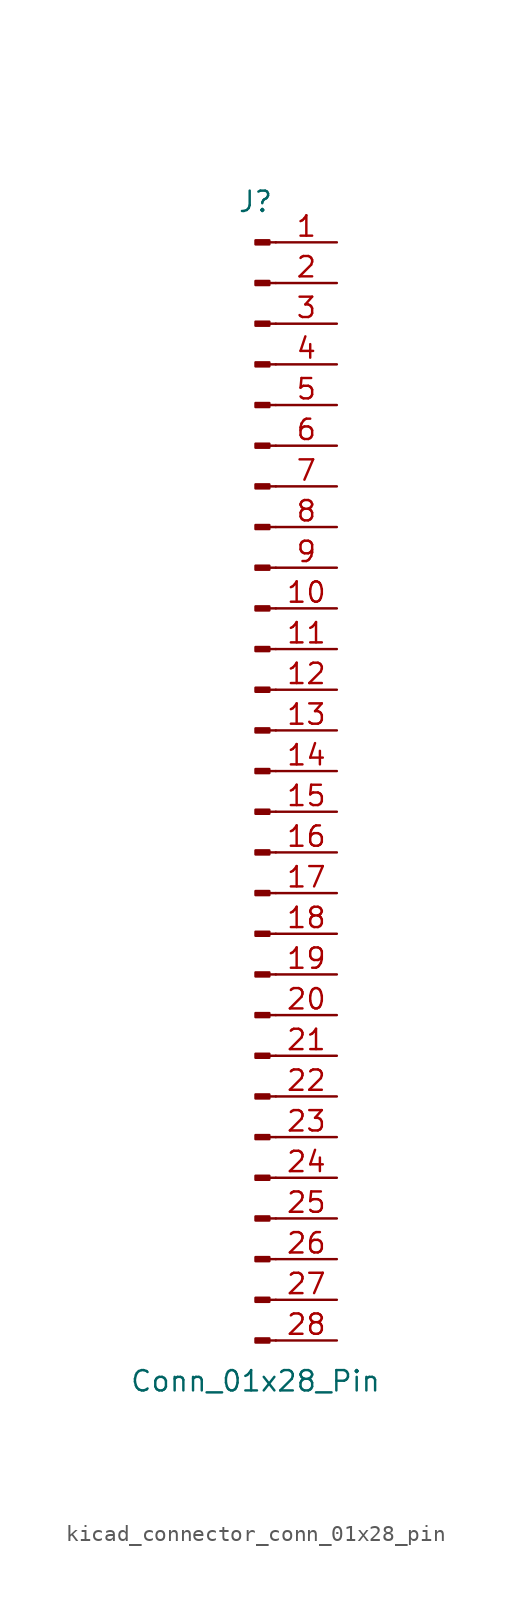
<source format=kicad_sym>
(kicad_symbol_lib
  (version 20220914)
  (generator kicad_symbol_editor)
  (symbol "kicad_connector_conn_01x28_pin"
    (pin_names
      (offset 1.016) hide)
    (property "Reference" "J"
      (at 0 35.56 0)
      (effects (font (size 1.27 1.27))))
    (property "Value" "Conn_01x28_Pin"
      (at 0 -38.1 0)
      (effects (font (size 1.27 1.27))))
    (property "ki_locked" ""
      (at 0 0 0)
      (effects (font (size 1.27 1.27))))
    (symbol "kicad_connector_conn_01x28_pin_1_1"
      (polyline (pts (xy 1.27 -35.56) (xy 0.864 -35.56)) (stroke (width 0.152) (type default)) (fill (type none)))
      (polyline (pts (xy 1.27 -33.02) (xy 0.864 -33.02)) (stroke (width 0.152) (type default)) (fill (type none)))
      (polyline (pts (xy 1.27 -30.48) (xy 0.864 -30.48)) (stroke (width 0.152) (type default)) (fill (type none)))
      (polyline (pts (xy 1.27 -27.94) (xy 0.864 -27.94)) (stroke (width 0.152) (type default)) (fill (type none)))
      (polyline (pts (xy 1.27 -25.4) (xy 0.864 -25.4)) (stroke (width 0.152) (type default)) (fill (type none)))
      (polyline (pts (xy 1.27 -22.86) (xy 0.864 -22.86)) (stroke (width 0.152) (type default)) (fill (type none)))
      (polyline (pts (xy 1.27 -20.32) (xy 0.864 -20.32)) (stroke (width 0.152) (type default)) (fill (type none)))
      (polyline (pts (xy 1.27 -17.78) (xy 0.864 -17.78)) (stroke (width 0.152) (type default)) (fill (type none)))
      (polyline (pts (xy 1.27 -15.24) (xy 0.864 -15.24)) (stroke (width 0.152) (type default)) (fill (type none)))
      (polyline (pts (xy 1.27 -12.7) (xy 0.864 -12.7)) (stroke (width 0.152) (type default)) (fill (type none)))
      (polyline (pts (xy 1.27 -10.16) (xy 0.864 -10.16)) (stroke (width 0.152) (type default)) (fill (type none)))
      (polyline (pts (xy 1.27 -7.62) (xy 0.864 -7.62)) (stroke (width 0.152) (type default)) (fill (type none)))
      (polyline (pts (xy 1.27 -5.08) (xy 0.864 -5.08)) (stroke (width 0.152) (type default)) (fill (type none)))
      (polyline (pts (xy 1.27 -2.54) (xy 0.864 -2.54)) (stroke (width 0.152) (type default)) (fill (type none)))
      (polyline (pts (xy 1.27 0) (xy 0.864 0)) (stroke (width 0.152) (type default)) (fill (type none)))
      (polyline (pts (xy 1.27 2.54) (xy 0.864 2.54)) (stroke (width 0.152) (type default)) (fill (type none)))
      (polyline (pts (xy 1.27 5.08) (xy 0.864 5.08)) (stroke (width 0.152) (type default)) (fill (type none)))
      (polyline (pts (xy 1.27 7.62) (xy 0.864 7.62)) (stroke (width 0.152) (type default)) (fill (type none)))
      (polyline (pts (xy 1.27 10.16) (xy 0.864 10.16)) (stroke (width 0.152) (type default)) (fill (type none)))
      (polyline (pts (xy 1.27 12.7) (xy 0.864 12.7)) (stroke (width 0.152) (type default)) (fill (type none)))
      (polyline (pts (xy 1.27 15.24) (xy 0.864 15.24)) (stroke (width 0.152) (type default)) (fill (type none)))
      (polyline (pts (xy 1.27 17.78) (xy 0.864 17.78)) (stroke (width 0.152) (type default)) (fill (type none)))
      (polyline (pts (xy 1.27 20.32) (xy 0.864 20.32)) (stroke (width 0.152) (type default)) (fill (type none)))
      (polyline (pts (xy 1.27 22.86) (xy 0.864 22.86)) (stroke (width 0.152) (type default)) (fill (type none)))
      (polyline (pts (xy 1.27 25.4) (xy 0.864 25.4)) (stroke (width 0.152) (type default)) (fill (type none)))
      (polyline (pts (xy 1.27 27.94) (xy 0.864 27.94)) (stroke (width 0.152) (type default)) (fill (type none)))
      (polyline (pts (xy 1.27 30.48) (xy 0.864 30.48)) (stroke (width 0.152) (type default)) (fill (type none)))
      (polyline (pts (xy 1.27 33.02) (xy 0.864 33.02)) (stroke (width 0.152) (type default)) (fill (type none)))
      (rectangle (start 0.864 -35.433) (end 0 -35.687) (stroke (width 0.152) (type default)) (fill (type outline)))
      (rectangle (start 0.864 -32.893) (end 0 -33.147) (stroke (width 0.152) (type default)) (fill (type outline)))
      (rectangle (start 0.864 -30.353) (end 0 -30.607) (stroke (width 0.152) (type default)) (fill (type outline)))
      (rectangle (start 0.864 -27.813) (end 0 -28.067) (stroke (width 0.152) (type default)) (fill (type outline)))
      (rectangle (start 0.864 -25.273) (end 0 -25.527) (stroke (width 0.152) (type default)) (fill (type outline)))
      (rectangle (start 0.864 -22.733) (end 0 -22.987) (stroke (width 0.152) (type default)) (fill (type outline)))
      (rectangle (start 0.864 -20.193) (end 0 -20.447) (stroke (width 0.152) (type default)) (fill (type outline)))
      (rectangle (start 0.864 -17.653) (end 0 -17.907) (stroke (width 0.152) (type default)) (fill (type outline)))
      (rectangle (start 0.864 -15.113) (end 0 -15.367) (stroke (width 0.152) (type default)) (fill (type outline)))
      (rectangle (start 0.864 -12.573) (end 0 -12.827) (stroke (width 0.152) (type default)) (fill (type outline)))
      (rectangle (start 0.864 -10.033) (end 0 -10.287) (stroke (width 0.152) (type default)) (fill (type outline)))
      (rectangle (start 0.864 -7.493) (end 0 -7.747) (stroke (width 0.152) (type default)) (fill (type outline)))
      (rectangle (start 0.864 -4.953) (end 0 -5.207) (stroke (width 0.152) (type default)) (fill (type outline)))
      (rectangle (start 0.864 -2.413) (end 0 -2.667) (stroke (width 0.152) (type default)) (fill (type outline)))
      (rectangle (start 0.864 0.127) (end 0 -0.127) (stroke (width 0.152) (type default)) (fill (type outline)))
      (rectangle (start 0.864 2.667) (end 0 2.413) (stroke (width 0.152) (type default)) (fill (type outline)))
      (rectangle (start 0.864 5.207) (end 0 4.953) (stroke (width 0.152) (type default)) (fill (type outline)))
      (rectangle (start 0.864 7.747) (end 0 7.493) (stroke (width 0.152) (type default)) (fill (type outline)))
      (rectangle (start 0.864 10.287) (end 0 10.033) (stroke (width 0.152) (type default)) (fill (type outline)))
      (rectangle (start 0.864 12.827) (end 0 12.573) (stroke (width 0.152) (type default)) (fill (type outline)))
      (rectangle (start 0.864 15.367) (end 0 15.113) (stroke (width 0.152) (type default)) (fill (type outline)))
      (rectangle (start 0.864 17.907) (end 0 17.653) (stroke (width 0.152) (type default)) (fill (type outline)))
      (rectangle (start 0.864 20.447) (end 0 20.193) (stroke (width 0.152) (type default)) (fill (type outline)))
      (rectangle (start 0.864 22.987) (end 0 22.733) (stroke (width 0.152) (type default)) (fill (type outline)))
      (rectangle (start 0.864 25.527) (end 0 25.273) (stroke (width 0.152) (type default)) (fill (type outline)))
      (rectangle (start 0.864 28.067) (end 0 27.813) (stroke (width 0.152) (type default)) (fill (type outline)))
      (rectangle (start 0.864 30.607) (end 0 30.353) (stroke (width 0.152) (type default)) (fill (type outline)))
      (rectangle (start 0.864 33.147) (end 0 32.893) (stroke (width 0.152) (type default)) (fill (type outline)))
      (pin passive line (at 5.08 33.02 180) (length 3.81) (name "Pin_1" (effects (font (size 1.27 1.27)))) (number "1" (effects (font (size 1.27 1.27)))))
      (pin passive line (at 5.08 10.16 180) (length 3.81) (name "Pin_10" (effects (font (size 1.27 1.27)))) (number "10" (effects (font (size 1.27 1.27)))))
      (pin passive line (at 5.08 7.62 180) (length 3.81) (name "Pin_11" (effects (font (size 1.27 1.27)))) (number "11" (effects (font (size 1.27 1.27)))))
      (pin passive line (at 5.08 5.08 180) (length 3.81) (name "Pin_12" (effects (font (size 1.27 1.27)))) (number "12" (effects (font (size 1.27 1.27)))))
      (pin passive line (at 5.08 2.54 180) (length 3.81) (name "Pin_13" (effects (font (size 1.27 1.27)))) (number "13" (effects (font (size 1.27 1.27)))))
      (pin passive line (at 5.08 0 180) (length 3.81) (name "Pin_14" (effects (font (size 1.27 1.27)))) (number "14" (effects (font (size 1.27 1.27)))))
      (pin passive line (at 5.08 -2.54 180) (length 3.81) (name "Pin_15" (effects (font (size 1.27 1.27)))) (number "15" (effects (font (size 1.27 1.27)))))
      (pin passive line (at 5.08 -5.08 180) (length 3.81) (name "Pin_16" (effects (font (size 1.27 1.27)))) (number "16" (effects (font (size 1.27 1.27)))))
      (pin passive line (at 5.08 -7.62 180) (length 3.81) (name "Pin_17" (effects (font (size 1.27 1.27)))) (number "17" (effects (font (size 1.27 1.27)))))
      (pin passive line (at 5.08 -10.16 180) (length 3.81) (name "Pin_18" (effects (font (size 1.27 1.27)))) (number "18" (effects (font (size 1.27 1.27)))))
      (pin passive line (at 5.08 -12.7 180) (length 3.81) (name "Pin_19" (effects (font (size 1.27 1.27)))) (number "19" (effects (font (size 1.27 1.27)))))
      (pin passive line (at 5.08 30.48 180) (length 3.81) (name "Pin_2" (effects (font (size 1.27 1.27)))) (number "2" (effects (font (size 1.27 1.27)))))
      (pin passive line (at 5.08 -15.24 180) (length 3.81) (name "Pin_20" (effects (font (size 1.27 1.27)))) (number "20" (effects (font (size 1.27 1.27)))))
      (pin passive line (at 5.08 -17.78 180) (length 3.81) (name "Pin_21" (effects (font (size 1.27 1.27)))) (number "21" (effects (font (size 1.27 1.27)))))
      (pin passive line (at 5.08 -20.32 180) (length 3.81) (name "Pin_22" (effects (font (size 1.27 1.27)))) (number "22" (effects (font (size 1.27 1.27)))))
      (pin passive line (at 5.08 -22.86 180) (length 3.81) (name "Pin_23" (effects (font (size 1.27 1.27)))) (number "23" (effects (font (size 1.27 1.27)))))
      (pin passive line (at 5.08 -25.4 180) (length 3.81) (name "Pin_24" (effects (font (size 1.27 1.27)))) (number "24" (effects (font (size 1.27 1.27)))))
      (pin passive line (at 5.08 -27.94 180) (length 3.81) (name "Pin_25" (effects (font (size 1.27 1.27)))) (number "25" (effects (font (size 1.27 1.27)))))
      (pin passive line (at 5.08 -30.48 180) (length 3.81) (name "Pin_26" (effects (font (size 1.27 1.27)))) (number "26" (effects (font (size 1.27 1.27)))))
      (pin passive line (at 5.08 -33.02 180) (length 3.81) (name "Pin_27" (effects (font (size 1.27 1.27)))) (number "27" (effects (font (size 1.27 1.27)))))
      (pin passive line (at 5.08 -35.56 180) (length 3.81) (name "Pin_28" (effects (font (size 1.27 1.27)))) (number "28" (effects (font (size 1.27 1.27)))))
      (pin passive line (at 5.08 27.94 180) (length 3.81) (name "Pin_3" (effects (font (size 1.27 1.27)))) (number "3" (effects (font (size 1.27 1.27)))))
      (pin passive line (at 5.08 25.4 180) (length 3.81) (name "Pin_4" (effects (font (size 1.27 1.27)))) (number "4" (effects (font (size 1.27 1.27)))))
      (pin passive line (at 5.08 22.86 180) (length 3.81) (name "Pin_5" (effects (font (size 1.27 1.27)))) (number "5" (effects (font (size 1.27 1.27)))))
      (pin passive line (at 5.08 20.32 180) (length 3.81) (name "Pin_6" (effects (font (size 1.27 1.27)))) (number "6" (effects (font (size 1.27 1.27)))))
      (pin passive line (at 5.08 17.78 180) (length 3.81) (name "Pin_7" (effects (font (size 1.27 1.27)))) (number "7" (effects (font (size 1.27 1.27)))))
      (pin passive line (at 5.08 15.24 180) (length 3.81) (name "Pin_8" (effects (font (size 1.27 1.27)))) (number "8" (effects (font (size 1.27 1.27)))))
      (pin passive line (at 5.08 12.7 180) (length 3.81) (name "Pin_9" (effects (font (size 1.27 1.27)))) (number "9" (effects (font (size 1.27 1.27))))))))
</source>
